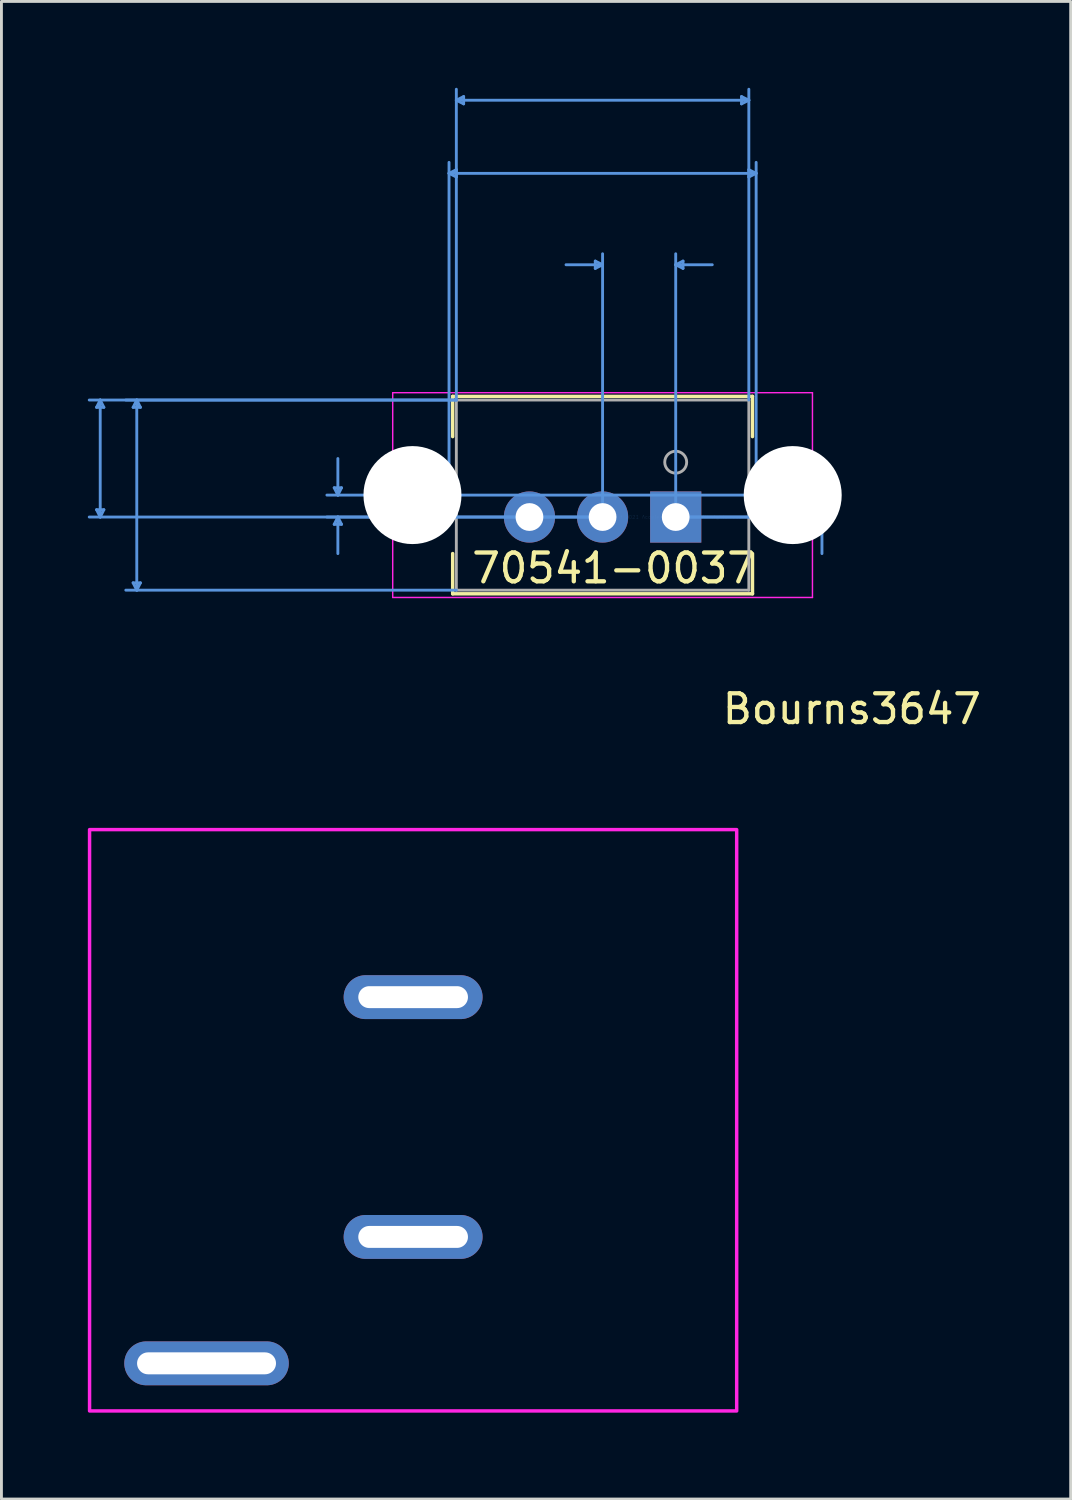
<source format=kicad_pcb>
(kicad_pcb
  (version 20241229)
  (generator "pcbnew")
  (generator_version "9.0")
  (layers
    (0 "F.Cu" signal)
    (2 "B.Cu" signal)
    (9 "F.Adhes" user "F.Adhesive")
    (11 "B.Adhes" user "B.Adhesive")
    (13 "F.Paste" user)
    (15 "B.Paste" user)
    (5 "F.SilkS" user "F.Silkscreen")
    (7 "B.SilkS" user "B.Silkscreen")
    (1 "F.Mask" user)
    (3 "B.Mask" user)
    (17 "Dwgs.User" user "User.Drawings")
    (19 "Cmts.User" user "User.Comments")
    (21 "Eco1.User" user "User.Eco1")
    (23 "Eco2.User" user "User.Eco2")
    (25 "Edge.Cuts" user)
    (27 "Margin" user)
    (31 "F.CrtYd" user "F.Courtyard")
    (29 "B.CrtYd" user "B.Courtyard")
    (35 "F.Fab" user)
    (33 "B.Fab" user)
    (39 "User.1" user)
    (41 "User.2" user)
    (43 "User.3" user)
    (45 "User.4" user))
  (footprint "70541-0037"
    (layer "F.Cu")
    (at 20.421 14.909)
    (property "Reference" "70541-0037" (at -2.159 1.778 0) (layer "F.SilkS") (effects (font (size 1 1) (thickness 0.15))))
    (attr through_hole)
    (fp_line (start -7.747 -4.191) (end -7.747 -2.793) (stroke (width 0.12) (type solid)) (layer "F.SilkS"))
    (fp_line (start -7.747 1.269) (end -7.747 2.667) (stroke (width 0.12) (type solid)) (layer "F.SilkS"))
    (fp_line (start -7.747 2.667) (end 2.667 2.667) (stroke (width 0.12) (type solid)) (layer "F.SilkS"))
    (fp_line (start 2.667 -4.191) (end -7.747 -4.191) (stroke (width 0.12) (type solid)) (layer "F.SilkS"))
    (fp_line (start 2.667 -2.793) (end 2.667 -4.191) (stroke (width 0.12) (type solid)) (layer "F.SilkS"))
    (fp_line (start 2.667 2.667) (end 2.667 1.269) (stroke (width 0.12) (type solid)) (layer "F.SilkS"))
    (fp_line (start -20.117 -3.81) (end -19.863 -3.81) (stroke (width 0.1) (type solid)) (layer "Cmts.User"))
    (fp_line (start -20.117 -0.254) (end -19.863 -0.254) (stroke (width 0.1) (type solid)) (layer "Cmts.User"))
    (fp_line (start -19.99 -4.064) (end -20.117 -3.81) (stroke (width 0.1) (type solid)) (layer "Cmts.User"))
    (fp_line (start -19.99 -4.064) (end -19.99 0) (stroke (width 0.1) (type solid)) (layer "Cmts.User"))
    (fp_line (start -19.99 -4.064) (end -19.863 -3.81) (stroke (width 0.1) (type solid)) (layer "Cmts.User"))
    (fp_line (start -19.99 0) (end -20.117 -0.254) (stroke (width 0.1) (type solid)) (layer "Cmts.User"))
    (fp_line (start -19.99 0) (end -19.863 -0.254) (stroke (width 0.1) (type solid)) (layer "Cmts.User"))
    (fp_line (start -18.847 -3.81) (end -18.593 -3.81) (stroke (width 0.1) (type solid)) (layer "Cmts.User"))
    (fp_line (start -18.847 2.286) (end -18.593 2.286) (stroke (width 0.1) (type solid)) (layer "Cmts.User"))
    (fp_line (start -18.72 -4.064) (end -18.847 -3.81) (stroke (width 0.1) (type solid)) (layer "Cmts.User"))
    (fp_line (start -18.72 -4.064) (end -18.72 2.54) (stroke (width 0.1) (type solid)) (layer "Cmts.User"))
    (fp_line (start -18.72 -4.064) (end -18.593 -3.81) (stroke (width 0.1) (type solid)) (layer "Cmts.User"))
    (fp_line (start -18.72 2.54) (end -18.847 2.286) (stroke (width 0.1) (type solid)) (layer "Cmts.User"))
    (fp_line (start -18.72 2.54) (end -18.593 2.286) (stroke (width 0.1) (type solid)) (layer "Cmts.User"))
    (fp_line (start -11.862 -1.016) (end -11.608 -1.016) (stroke (width 0.1) (type solid)) (layer "Cmts.User"))
    (fp_line (start -11.862 0.254) (end -11.608 0.254) (stroke (width 0.1) (type solid)) (layer "Cmts.User"))
    (fp_line (start -11.735 -0.762) (end -11.862 -1.016) (stroke (width 0.1) (type solid)) (layer "Cmts.User"))
    (fp_line (start -11.735 -0.762) (end -11.735 -2.032) (stroke (width 0.1) (type solid)) (layer "Cmts.User"))
    (fp_line (start -11.735 -0.762) (end -11.608 -1.016) (stroke (width 0.1) (type solid)) (layer "Cmts.User"))
    (fp_line (start -11.735 0) (end -11.862 0.254) (stroke (width 0.1) (type solid)) (layer "Cmts.User"))
    (fp_line (start -11.735 0) (end -11.735 1.27) (stroke (width 0.1) (type solid)) (layer "Cmts.User"))
    (fp_line (start -11.735 0) (end -11.608 0.254) (stroke (width 0.1) (type solid)) (layer "Cmts.User"))
    (fp_line (start -7.874 -11.938) (end -7.62 -12.065) (stroke (width 0.1) (type solid)) (layer "Cmts.User"))
    (fp_line (start -7.874 -11.938) (end -7.62 -11.811) (stroke (width 0.1) (type solid)) (layer "Cmts.User"))
    (fp_line (start -7.874 -11.938) (end 2.794 -11.938) (stroke (width 0.1) (type solid)) (layer "Cmts.User"))
    (fp_line (start -7.874 -0.762) (end -7.874 -12.319) (stroke (width 0.1) (type solid)) (layer "Cmts.User"))
    (fp_line (start -7.62 -14.478) (end -7.366 -14.605) (stroke (width 0.1) (type solid)) (layer "Cmts.User"))
    (fp_line (start -7.62 -14.478) (end -7.366 -14.351) (stroke (width 0.1) (type solid)) (layer "Cmts.User"))
    (fp_line (start -7.62 -14.478) (end 2.54 -14.478) (stroke (width 0.1) (type solid)) (layer "Cmts.User"))
    (fp_line (start -7.62 -12.065) (end -7.62 -11.811) (stroke (width 0.1) (type solid)) (layer "Cmts.User"))
    (fp_line (start -7.62 -4.064) (end -20.371 -4.064) (stroke (width 0.1) (type solid)) (layer "Cmts.User"))
    (fp_line (start -7.62 -4.064) (end -19.101 -4.064) (stroke (width 0.1) (type solid)) (layer "Cmts.User"))
    (fp_line (start -7.62 -4.064) (end -7.62 -14.859) (stroke (width 0.1) (type solid)) (layer "Cmts.User"))
    (fp_line (start -7.62 2.54) (end -19.101 2.54) (stroke (width 0.1) (type solid)) (layer "Cmts.User"))
    (fp_line (start -7.366 -14.605) (end -7.366 -14.351) (stroke (width 0.1) (type solid)) (layer "Cmts.User"))
    (fp_line (start -2.794 -8.89) (end -2.794 -8.636) (stroke (width 0.1) (type solid)) (layer "Cmts.User"))
    (fp_line (start -2.54 -8.763) (end -3.81 -8.763) (stroke (width 0.1) (type solid)) (layer "Cmts.User"))
    (fp_line (start -2.54 -8.763) (end -2.794 -8.89) (stroke (width 0.1) (type solid)) (layer "Cmts.User"))
    (fp_line (start -2.54 -8.763) (end -2.794 -8.636) (stroke (width 0.1) (type solid)) (layer "Cmts.User"))
    (fp_line (start -2.54 0) (end -20.371 0) (stroke (width 0.1) (type solid)) (layer "Cmts.User"))
    (fp_line (start -2.54 0) (end -12.116 0) (stroke (width 0.1) (type solid)) (layer "Cmts.User"))
    (fp_line (start -2.54 0) (end -2.54 -9.144) (stroke (width 0.1) (type solid)) (layer "Cmts.User"))
    (fp_line (start 0 -8.763) (end 0.254 -8.89) (stroke (width 0.1) (type solid)) (layer "Cmts.User"))
    (fp_line (start 0 -8.763) (end 0.254 -8.636) (stroke (width 0.1) (type solid)) (layer "Cmts.User"))
    (fp_line (start 0 -8.763) (end 1.27 -8.763) (stroke (width 0.1) (type solid)) (layer "Cmts.User"))
    (fp_line (start 0 0) (end 0 -9.144) (stroke (width 0.1) (type solid)) (layer "Cmts.User"))
    (fp_line (start 0 0) (end 5.461 0) (stroke (width 0.1) (type solid)) (layer "Cmts.User"))
    (fp_line (start 0 0) (end 5.461 0) (stroke (width 0.1) (type solid)) (layer "Cmts.User"))
    (fp_line (start 0.254 -8.89) (end 0.254 -8.636) (stroke (width 0.1) (type solid)) (layer "Cmts.User"))
    (fp_line (start 2.286 -14.605) (end 2.286 -14.351) (stroke (width 0.1) (type solid)) (layer "Cmts.User"))
    (fp_line (start 2.54 -14.478) (end 2.286 -14.605) (stroke (width 0.1) (type solid)) (layer "Cmts.User"))
    (fp_line (start 2.54 -14.478) (end 2.286 -14.351) (stroke (width 0.1) (type solid)) (layer "Cmts.User"))
    (fp_line (start 2.54 -12.065) (end 2.54 -11.811) (stroke (width 0.1) (type solid)) (layer "Cmts.User"))
    (fp_line (start 2.54 -4.064) (end 2.54 -14.859) (stroke (width 0.1) (type solid)) (layer "Cmts.User"))
    (fp_line (start 2.794 -11.938) (end 2.54 -12.065) (stroke (width 0.1) (type solid)) (layer "Cmts.User"))
    (fp_line (start 2.794 -11.938) (end 2.54 -11.811) (stroke (width 0.1) (type solid)) (layer "Cmts.User"))
    (fp_line (start 2.794 -0.762) (end -12.116 -0.762) (stroke (width 0.1) (type solid)) (layer "Cmts.User"))
    (fp_line (start 2.794 -0.762) (end 2.794 -12.319) (stroke (width 0.1) (type solid)) (layer "Cmts.User"))
    (fp_line (start 4.953 -0.254) (end 5.207 -0.254) (stroke (width 0.1) (type solid)) (layer "Cmts.User"))
    (fp_line (start 4.953 0.254) (end 5.207 0.254) (stroke (width 0.1) (type solid)) (layer "Cmts.User"))
    (fp_line (start 5.08 0) (end 4.953 -0.254) (stroke (width 0.1) (type solid)) (layer "Cmts.User"))
    (fp_line (start 5.08 0) (end 4.953 0.254) (stroke (width 0.1) (type solid)) (layer "Cmts.User"))
    (fp_line (start 5.08 0) (end 5.08 -1.27) (stroke (width 0.1) (type solid)) (layer "Cmts.User"))
    (fp_line (start 5.08 0) (end 5.08 1.27) (stroke (width 0.1) (type solid)) (layer "Cmts.User"))
    (fp_line (start 5.08 0) (end 5.207 -0.254) (stroke (width 0.1) (type solid)) (layer "Cmts.User"))
    (fp_line (start 5.08 0) (end 5.207 0.254) (stroke (width 0.1) (type solid)) (layer "Cmts.User"))
    (fp_line (start -9.83 -4.318) (end -9.83 2.794) (stroke (width 0.05) (type solid)) (layer "F.CrtYd"))
    (fp_line (start -9.83 2.794) (end 4.75 2.794) (stroke (width 0.05) (type solid)) (layer "F.CrtYd"))
    (fp_line (start 4.75 -4.318) (end -9.83 -4.318) (stroke (width 0.05) (type solid)) (layer "F.CrtYd"))
    (fp_line (start 4.75 2.794) (end 4.75 -4.318) (stroke (width 0.05) (type solid)) (layer "F.CrtYd"))
    (fp_line (start -7.62 -4.064) (end -7.62 2.54) (stroke (width 0.1) (type solid)) (layer "F.Fab"))
    (fp_line (start -7.62 2.54) (end 2.54 2.54) (stroke (width 0.1) (type solid)) (layer "F.Fab"))
    (fp_line (start 2.54 -4.064) (end -7.62 -4.064) (stroke (width 0.1) (type solid)) (layer "F.Fab"))
    (fp_line (start 2.54 2.54) (end 2.54 -4.064) (stroke (width 0.1) (type solid)) (layer "F.Fab"))
    (fp_circle (center 0 -1.905) (end 0.381 -1.905) (stroke (width 0.1) (type solid)) (fill no) (layer "F.Fab"))
    (fp_text user "Copyright 2021 Accelerated Designs. All rights reserved." (at 0 0 0) (layer "Cmts.User") (effects (font (size 0.127 0.127) (thickness 0.002))))
    (pad "" np_thru_hole circle (at -9.144 -0.762) (size 3.404 3.404) (drill 3.404) (layers "*.Cu" "*.Mask"))
    (pad "" np_thru_hole circle (at 4.064 -0.762) (size 3.404 3.404) (drill 3.404) (layers "*.Cu" "*.Mask"))
    (pad "1" thru_hole rect (at 0 0) (size 1.778 1.778) (drill 0.965) (layers "*.Cu" "*.Mask"))
    (pad "2" thru_hole circle (at -2.54 0) (size 1.778 1.778) (drill 0.965) (layers "*.Cu" "*.Mask"))
    (pad "3" thru_hole circle (at -5.08 0) (size 1.778 1.778) (drill 0.965) (layers "*.Cu" "*.Mask")))
  (footprint "Bourns3647"
    (layer "F.Cu")
    (at 11.3 34.276)
    (property "Reference" "Bourns3647" (at 15.24 -12.7 0) (unlocked yes) (layer "F.SilkS") (effects (font (size 1 1) (thickness 0.15))))
    (attr through_hole)
    (fp_rect (start -11.239 -8.509) (end 11.239 11.684) (stroke (width 0.12) (type solid)) (fill no) (layer "F.CrtYd"))
    (pad "1" thru_hole oval (at 0 5.639) (size 4.826 1.524) (drill oval 3.81 0.762) (layers "*.Cu" "*.Mask"))
    (pad "2" thru_hole oval (at -7.176 10.03) (size 5.715 1.524) (drill oval 4.826 0.762) (layers "*.Cu" "*.Mask"))
    (pad "3" thru_hole oval (at 0 -2.69) (size 4.826 1.524) (drill oval 3.81 0.762) (layers "*.Cu" "*.Mask")))
  (gr_rect
    (start -3 -3)
    (end 34.141 49.02)
    (stroke (width 0.1) (type default))
    (fill no)
    (layer "Edge.Cuts")))
</source>
